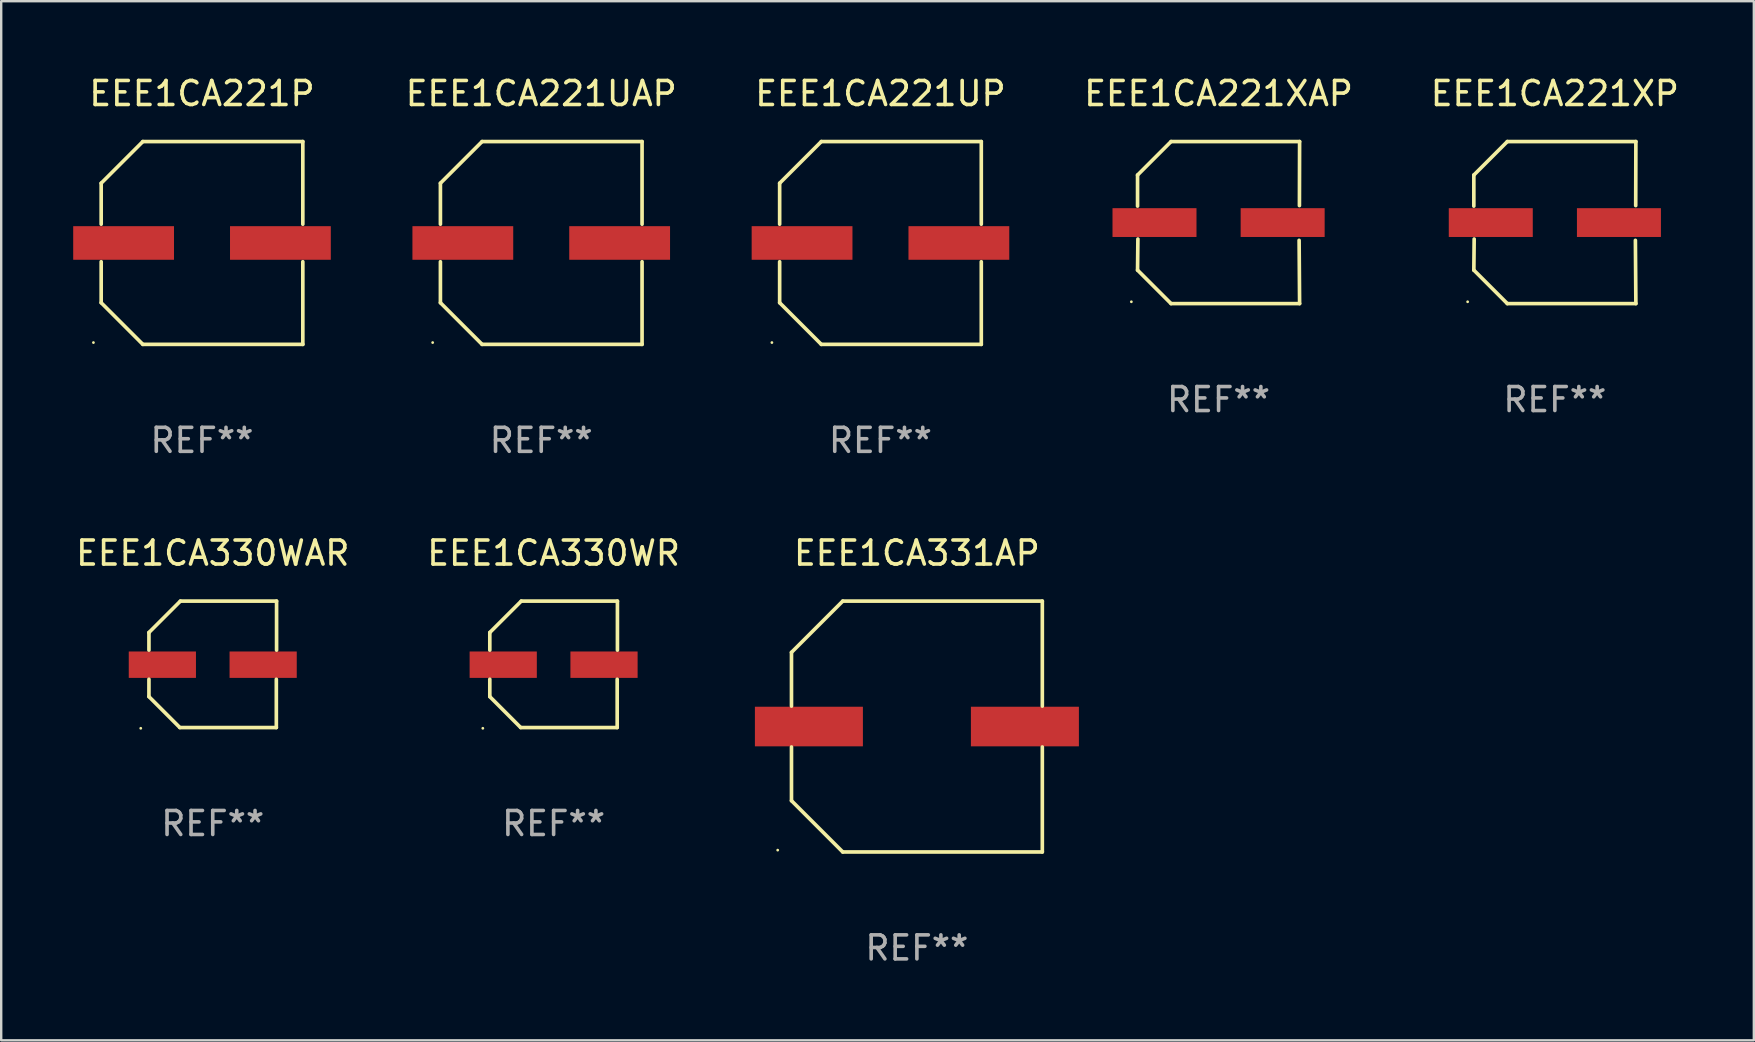
<source format=kicad_pcb>
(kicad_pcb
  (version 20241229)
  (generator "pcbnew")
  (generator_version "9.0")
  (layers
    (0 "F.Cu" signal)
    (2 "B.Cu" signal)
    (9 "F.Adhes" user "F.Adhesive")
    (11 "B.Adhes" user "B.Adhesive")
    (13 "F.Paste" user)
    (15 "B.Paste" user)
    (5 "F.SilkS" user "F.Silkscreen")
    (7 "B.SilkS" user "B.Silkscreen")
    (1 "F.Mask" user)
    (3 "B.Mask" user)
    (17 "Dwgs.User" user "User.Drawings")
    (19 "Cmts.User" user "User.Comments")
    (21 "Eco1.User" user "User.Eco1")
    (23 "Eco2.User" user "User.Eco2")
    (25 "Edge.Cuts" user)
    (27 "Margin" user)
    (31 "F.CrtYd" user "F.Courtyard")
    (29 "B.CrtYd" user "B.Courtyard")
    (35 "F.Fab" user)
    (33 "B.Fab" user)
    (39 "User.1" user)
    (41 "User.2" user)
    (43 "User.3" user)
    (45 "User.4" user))
  (footprint "EEE1CA330WR"
    (layer "F.Cu")
    (at 20.018 24.631)
    (property "Reference" "EEE1CA330WR" (at 0 -4.634 0) (layer "F.SilkS") (effects (font (size 1 1) (thickness 0.15))))
    (attr through_hole)
    (fp_line (start -2.659 -1.326) (end -2.659 -0.592) (stroke (width 0.152) (type solid)) (layer "F.SilkS"))
    (fp_line (start -2.659 1.346) (end -2.659 0.622) (stroke (width 0.152) (type solid)) (layer "F.SilkS"))
    (fp_line (start -1.372 2.634) (end -2.659 1.346) (stroke (width 0.152) (type solid)) (layer "F.SilkS"))
    (fp_line (start -1.349 -2.634) (end -2.659 -1.326) (stroke (width 0.152) (type solid)) (layer "F.SilkS"))
    (fp_line (start 2.649 0.622) (end 2.649 2.634) (stroke (width 0.152) (type solid)) (layer "F.SilkS"))
    (fp_line (start 2.649 2.634) (end -1.372 2.634) (stroke (width 0.152) (type solid)) (layer "F.SilkS"))
    (fp_line (start 2.659 -2.634) (end -1.349 -2.634) (stroke (width 0.152) (type solid)) (layer "F.SilkS"))
    (fp_line (start 2.659 -0.592) (end 2.659 -2.634) (stroke (width 0.152) (type solid)) (layer "F.SilkS"))
    (fp_circle (center -2.95 2.665) (end -2.92 2.665) (stroke (width 0.06) (type solid)) (fill no) (layer "F.SilkS"))
    (fp_text user "REF**" (at 0 6.634 0) (layer "F.Fab") (effects (font (size 1 1) (thickness 0.15))))
    (pad "1" smd rect (at -2.1 0.015) (size 2.8 1.1) (layers "F.Cu" "F.Mask" "F.Paste"))
    (pad "2" smd rect (at 2.1 0.015) (size 2.8 1.1) (layers "F.Cu" "F.Mask" "F.Paste")))
  (footprint "EEE1CA221UP"
    (layer "F.Cu")
    (at 33.637 7.074)
    (property "Reference" "EEE1CA221UP" (at 0 -6.226 0) (layer "F.SilkS") (effects (font (size 1 1) (thickness 0.15))))
    (attr through_hole)
    (fp_line (start -4.201 -2.49) (end -4.201 -0.782) (stroke (width 0.152) (type solid)) (layer "F.SilkS"))
    (fp_line (start -4.201 2.49) (end -4.201 0.782) (stroke (width 0.152) (type solid)) (layer "F.SilkS"))
    (fp_line (start -2.465 -4.226) (end -4.201 -2.49) (stroke (width 0.152) (type solid)) (layer "F.SilkS"))
    (fp_line (start -2.465 4.226) (end -4.201 2.49) (stroke (width 0.152) (type solid)) (layer "F.SilkS"))
    (fp_line (start 4.201 -4.226) (end -2.465 -4.226) (stroke (width 0.152) (type solid)) (layer "F.SilkS"))
    (fp_line (start 4.201 -0.782) (end 4.201 -4.226) (stroke (width 0.152) (type solid)) (layer "F.SilkS"))
    (fp_line (start 4.201 0.782) (end 4.201 4.226) (stroke (width 0.152) (type solid)) (layer "F.SilkS"))
    (fp_line (start 4.201 4.226) (end -2.465 4.226) (stroke (width 0.152) (type solid)) (layer "F.SilkS"))
    (fp_circle (center -4.524 4.15) (end -4.494 4.15) (stroke (width 0.06) (type solid)) (fill no) (layer "F.SilkS"))
    (fp_text user "REF**" (at 0 8.226 0) (layer "F.Fab") (effects (font (size 1 1) (thickness 0.15))))
    (pad "1" smd rect (at -3.267 0) (size 4.2 1.4) (layers "F.Cu" "F.Mask" "F.Paste"))
    (pad "2" smd rect (at 3.267 0) (size 4.2 1.4) (layers "F.Cu" "F.Mask" "F.Paste")))
  (footprint "EEE1CA221UAP"
    (layer "F.Cu")
    (at 19.502 7.074)
    (property "Reference" "EEE1CA221UAP" (at 0 -6.226 0) (layer "F.SilkS") (effects (font (size 1 1) (thickness 0.15))))
    (attr through_hole)
    (fp_line (start -4.201 -2.49) (end -4.201 -0.782) (stroke (width 0.152) (type solid)) (layer "F.SilkS"))
    (fp_line (start -4.201 2.49) (end -4.201 0.782) (stroke (width 0.152) (type solid)) (layer "F.SilkS"))
    (fp_line (start -2.465 -4.226) (end -4.201 -2.49) (stroke (width 0.152) (type solid)) (layer "F.SilkS"))
    (fp_line (start -2.465 4.226) (end -4.201 2.49) (stroke (width 0.152) (type solid)) (layer "F.SilkS"))
    (fp_line (start 4.201 -4.226) (end -2.465 -4.226) (stroke (width 0.152) (type solid)) (layer "F.SilkS"))
    (fp_line (start 4.201 -0.782) (end 4.201 -4.226) (stroke (width 0.152) (type solid)) (layer "F.SilkS"))
    (fp_line (start 4.201 0.782) (end 4.201 4.226) (stroke (width 0.152) (type solid)) (layer "F.SilkS"))
    (fp_line (start 4.201 4.226) (end -2.465 4.226) (stroke (width 0.152) (type solid)) (layer "F.SilkS"))
    (fp_circle (center -4.524 4.15) (end -4.494 4.15) (stroke (width 0.06) (type solid)) (fill no) (layer "F.SilkS"))
    (fp_text user "REF**" (at 0 8.226 0) (layer "F.Fab") (effects (font (size 1 1) (thickness 0.15))))
    (pad "1" smd rect (at -3.267 0) (size 4.2 1.4) (layers "F.Cu" "F.Mask" "F.Paste"))
    (pad "2" smd rect (at 3.267 0) (size 4.2 1.4) (layers "F.Cu" "F.Mask" "F.Paste")))
  (footprint "EEE1CA330WAR"
    (layer "F.Cu")
    (at 5.815 24.631)
    (property "Reference" "EEE1CA330WAR" (at 0 -4.634 0) (layer "F.SilkS") (effects (font (size 1 1) (thickness 0.15))))
    (attr through_hole)
    (fp_line (start -2.659 -1.326) (end -2.659 -0.592) (stroke (width 0.152) (type solid)) (layer "F.SilkS"))
    (fp_line (start -2.659 1.346) (end -2.659 0.622) (stroke (width 0.152) (type solid)) (layer "F.SilkS"))
    (fp_line (start -1.372 2.634) (end -2.659 1.346) (stroke (width 0.152) (type solid)) (layer "F.SilkS"))
    (fp_line (start -1.349 -2.634) (end -2.659 -1.326) (stroke (width 0.152) (type solid)) (layer "F.SilkS"))
    (fp_line (start 2.649 0.622) (end 2.649 2.634) (stroke (width 0.152) (type solid)) (layer "F.SilkS"))
    (fp_line (start 2.649 2.634) (end -1.372 2.634) (stroke (width 0.152) (type solid)) (layer "F.SilkS"))
    (fp_line (start 2.659 -2.634) (end -1.349 -2.634) (stroke (width 0.152) (type solid)) (layer "F.SilkS"))
    (fp_line (start 2.659 -0.592) (end 2.659 -2.634) (stroke (width 0.152) (type solid)) (layer "F.SilkS"))
    (fp_circle (center -3 2.665) (end -2.97 2.665) (stroke (width 0.06) (type solid)) (fill no) (layer "F.SilkS"))
    (fp_text user "REF**" (at 0 6.634 0) (layer "F.Fab") (effects (font (size 1 1) (thickness 0.15))))
    (pad "1" smd rect (at -2.1 0.015) (size 2.8 1.1) (layers "F.Cu" "F.Mask" "F.Paste"))
    (pad "2" smd rect (at 2.1 0.015) (size 2.8 1.1) (layers "F.Cu" "F.Mask" "F.Paste")))
  (footprint "EEE1CA331AP"
    (layer "F.Cu")
    (at 35.155 27.223)
    (property "Reference" "EEE1CA331AP" (at 0 -7.226 0) (layer "F.SilkS") (effects (font (size 1 1) (thickness 0.15))))
    (attr through_hole)
    (fp_line (start -5.226 -3.09) (end -5.226 -0.852) (stroke (width 0.152) (type solid)) (layer "F.SilkS"))
    (fp_line (start -5.226 3.09) (end -5.226 0.852) (stroke (width 0.152) (type solid)) (layer "F.SilkS"))
    (fp_line (start -3.09 -5.226) (end -5.226 -3.09) (stroke (width 0.152) (type solid)) (layer "F.SilkS"))
    (fp_line (start -3.09 5.226) (end -5.226 3.09) (stroke (width 0.152) (type solid)) (layer "F.SilkS"))
    (fp_line (start 5.226 -5.226) (end -3.09 -5.226) (stroke (width 0.152) (type solid)) (layer "F.SilkS"))
    (fp_line (start 5.226 -0.852) (end 5.226 -5.226) (stroke (width 0.152) (type solid)) (layer "F.SilkS"))
    (fp_line (start 5.226 0.852) (end 5.226 5.226) (stroke (width 0.152) (type solid)) (layer "F.SilkS"))
    (fp_line (start 5.226 5.226) (end -3.09 5.226) (stroke (width 0.152) (type solid)) (layer "F.SilkS"))
    (fp_circle (center -5.8 5.15) (end -5.77 5.15) (stroke (width 0.06) (type solid)) (fill no) (layer "F.SilkS"))
    (fp_text user "REF**" (at 0 9.226 0) (layer "F.Fab") (effects (font (size 1 1) (thickness 0.15))))
    (pad "1" smd rect (at -4.5 0) (size 4.5 1.65) (layers "F.Cu" "F.Mask" "F.Paste"))
    (pad "2" smd rect (at 4.5 0) (size 4.5 1.65) (layers "F.Cu" "F.Mask" "F.Paste")))
  (footprint "EEE1CA221XP"
    (layer "F.Cu")
    (at 61.737 6.224)
    (property "Reference" "EEE1CA221XP" (at 0 -5.376 0) (layer "F.SilkS") (effects (font (size 1 1) (thickness 0.15))))
    (attr through_hole)
    (fp_line (start -3.376 -1.98) (end -3.376 -0.686) (stroke (width 0.152) (type solid)) (layer "F.SilkS"))
    (fp_line (start -3.376 1.981) (end -3.362 0.686) (stroke (width 0.152) (type solid)) (layer "F.SilkS"))
    (fp_line (start -1.981 3.376) (end -3.376 1.981) (stroke (width 0.152) (type solid)) (layer "F.SilkS"))
    (fp_line (start -1.98 -3.376) (end -3.376 -1.98) (stroke (width 0.152) (type solid)) (layer "F.SilkS"))
    (fp_line (start 3.356 0.74) (end 3.376 3.376) (stroke (width 0.152) (type solid)) (layer "F.SilkS"))
    (fp_line (start 3.369 -0.707) (end 3.376 -3.376) (stroke (width 0.152) (type solid)) (layer "F.SilkS"))
    (fp_line (start 3.376 3.376) (end -1.981 3.376) (stroke (width 0.152) (type solid)) (layer "F.SilkS"))
    (fp_line (start 3.376 -3.376) (end -1.98 -3.376) (stroke (width 0.152) (type solid)) (layer "F.SilkS"))
    (fp_circle (center -3.634 3.3) (end -3.604 3.3) (stroke (width 0.06) (type solid)) (fill no) (layer "F.SilkS"))
    (fp_text user "REF**" (at 0 7.376 0) (layer "F.Fab") (effects (font (size 1 1) (thickness 0.15))))
    (pad "1" smd rect (at -2.67 0.000254) (size 3.5 1.2) (layers "F.Cu" "F.Mask" "F.Paste"))
    (pad "2" smd rect (at 2.67 0.000254) (size 3.5 1.2) (layers "F.Cu" "F.Mask" "F.Paste")))
  (footprint "EEE1CA221XAP"
    (layer "F.Cu")
    (at 47.725 6.224)
    (property "Reference" "EEE1CA221XAP" (at 0 -5.376 0) (layer "F.SilkS") (effects (font (size 1 1) (thickness 0.15))))
    (attr through_hole)
    (fp_line (start -3.376 -1.98) (end -3.376 -0.686) (stroke (width 0.152) (type solid)) (layer "F.SilkS"))
    (fp_line (start -3.376 1.981) (end -3.362 0.686) (stroke (width 0.152) (type solid)) (layer "F.SilkS"))
    (fp_line (start -1.981 3.376) (end -3.376 1.981) (stroke (width 0.152) (type solid)) (layer "F.SilkS"))
    (fp_line (start -1.98 -3.376) (end -3.376 -1.98) (stroke (width 0.152) (type solid)) (layer "F.SilkS"))
    (fp_line (start 3.356 0.74) (end 3.376 3.376) (stroke (width 0.152) (type solid)) (layer "F.SilkS"))
    (fp_line (start 3.369 -0.707) (end 3.376 -3.376) (stroke (width 0.152) (type solid)) (layer "F.SilkS"))
    (fp_line (start 3.376 3.376) (end -1.981 3.376) (stroke (width 0.152) (type solid)) (layer "F.SilkS"))
    (fp_line (start 3.376 -3.376) (end -1.98 -3.376) (stroke (width 0.152) (type solid)) (layer "F.SilkS"))
    (fp_circle (center -3.634 3.3) (end -3.604 3.3) (stroke (width 0.06) (type solid)) (fill no) (layer "F.SilkS"))
    (fp_text user "REF**" (at 0 7.376 0) (layer "F.Fab") (effects (font (size 1 1) (thickness 0.15))))
    (pad "1" smd rect (at -2.67 0.000254) (size 3.5 1.2) (layers "F.Cu" "F.Mask" "F.Paste"))
    (pad "2" smd rect (at 2.67 0.000254) (size 3.5 1.2) (layers "F.Cu" "F.Mask" "F.Paste")))
  (footprint "EEE1CA221P"
    (layer "F.Cu")
    (at 5.367 7.074)
    (property "Reference" "EEE1CA221P" (at 0 -6.226 0) (layer "F.SilkS") (effects (font (size 1 1) (thickness 0.15))))
    (attr through_hole)
    (fp_line (start -4.201 -2.49) (end -4.201 -0.782) (stroke (width 0.152) (type solid)) (layer "F.SilkS"))
    (fp_line (start -4.201 2.49) (end -4.201 0.782) (stroke (width 0.152) (type solid)) (layer "F.SilkS"))
    (fp_line (start -2.465 -4.226) (end -4.201 -2.49) (stroke (width 0.152) (type solid)) (layer "F.SilkS"))
    (fp_line (start -2.465 4.226) (end -4.201 2.49) (stroke (width 0.152) (type solid)) (layer "F.SilkS"))
    (fp_line (start 4.201 -4.226) (end -2.465 -4.226) (stroke (width 0.152) (type solid)) (layer "F.SilkS"))
    (fp_line (start 4.201 -0.782) (end 4.201 -4.226) (stroke (width 0.152) (type solid)) (layer "F.SilkS"))
    (fp_line (start 4.201 0.782) (end 4.201 4.226) (stroke (width 0.152) (type solid)) (layer "F.SilkS"))
    (fp_line (start 4.201 4.226) (end -2.465 4.226) (stroke (width 0.152) (type solid)) (layer "F.SilkS"))
    (fp_circle (center -4.524 4.15) (end -4.494 4.15) (stroke (width 0.06) (type solid)) (fill no) (layer "F.SilkS"))
    (fp_text user "REF**" (at 0 8.226 0) (layer "F.Fab") (effects (font (size 1 1) (thickness 0.15))))
    (pad "1" smd rect (at -3.267 0) (size 4.2 1.4) (layers "F.Cu" "F.Mask" "F.Paste"))
    (pad "2" smd rect (at 3.267 0) (size 4.2 1.4) (layers "F.Cu" "F.Mask" "F.Paste")))
  (gr_rect
    (start -3 -3)
    (end 70.028 40.298)
    (stroke (width 0.1) (type default))
    (fill no)
    (layer "Edge.Cuts")))
</source>
